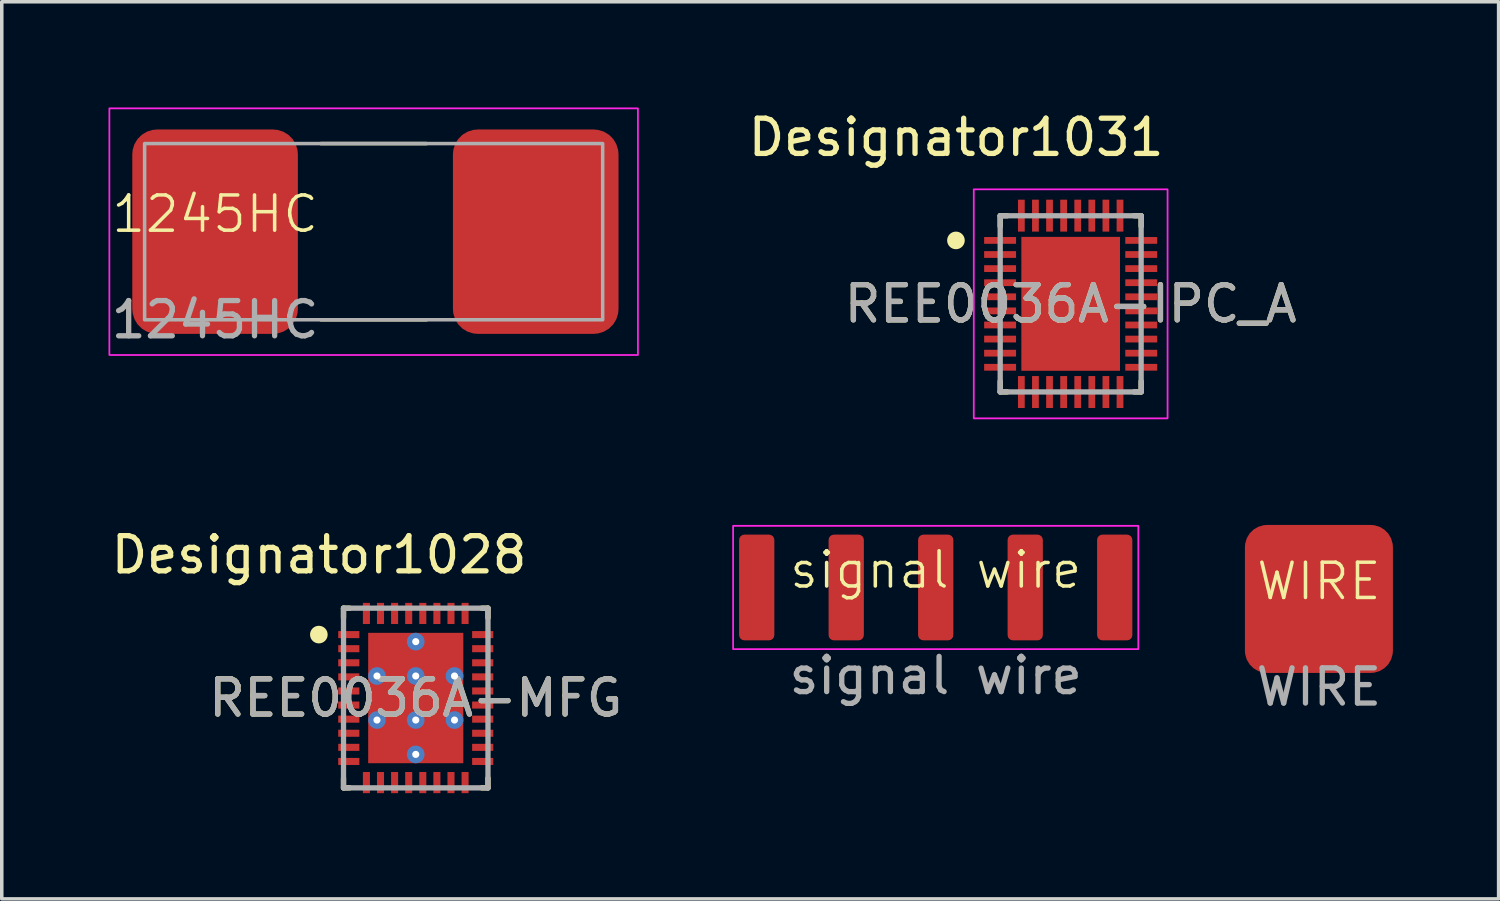
<source format=kicad_pcb>
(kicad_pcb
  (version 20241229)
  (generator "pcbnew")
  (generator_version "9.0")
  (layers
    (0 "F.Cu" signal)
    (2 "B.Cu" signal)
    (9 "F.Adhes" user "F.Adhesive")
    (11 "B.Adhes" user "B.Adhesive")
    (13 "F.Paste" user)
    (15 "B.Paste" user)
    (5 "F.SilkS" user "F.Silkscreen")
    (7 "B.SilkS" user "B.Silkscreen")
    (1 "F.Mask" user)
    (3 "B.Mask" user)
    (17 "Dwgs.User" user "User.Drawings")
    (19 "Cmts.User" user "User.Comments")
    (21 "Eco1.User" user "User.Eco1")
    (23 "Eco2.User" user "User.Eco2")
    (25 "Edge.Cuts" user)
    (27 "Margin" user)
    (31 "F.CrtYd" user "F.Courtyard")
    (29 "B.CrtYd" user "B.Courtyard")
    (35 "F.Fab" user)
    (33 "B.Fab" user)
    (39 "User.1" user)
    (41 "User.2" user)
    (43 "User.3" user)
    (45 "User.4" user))
  (footprint "REE0036A-IPC_A"
    (layer "F.Cu")
    (at 27.336 5.573)
    (property "Reference" "REE0036A-IPC_A" (at 0 0 0) (unlocked yes) (layer "F.SilkS") (effects (font (size 1 1) (thickness 0.15))))
    (attr smd)
    (fp_line (start -2 -2.5) (end -1.8 -2.5) (stroke (width 0.15) (type solid)) (layer "F.SilkS"))
    (fp_line (start -2 -2.2) (end -2 -2.5) (stroke (width 0.15) (type solid)) (layer "F.SilkS"))
    (fp_line (start -2 2.5) (end -2 2.2) (stroke (width 0.15) (type solid)) (layer "F.SilkS"))
    (fp_line (start -2 2.5) (end -1.8 2.5) (stroke (width 0.15) (type solid)) (layer "F.SilkS"))
    (fp_line (start 1.8 -2.5) (end 2 -2.5) (stroke (width 0.15) (type solid)) (layer "F.SilkS"))
    (fp_line (start 1.8 2.5) (end 2 2.5) (stroke (width 0.15) (type solid)) (layer "F.SilkS"))
    (fp_line (start 2 -2.2) (end 2 -2.5) (stroke (width 0.15) (type solid)) (layer "F.SilkS"))
    (fp_line (start 2 2.5) (end 2 2.2) (stroke (width 0.15) (type solid)) (layer "F.SilkS"))
    (fp_circle (center -3.256 -1.8) (end -3.131 -1.8) (stroke (width 0.25) (type solid)) (fill no) (layer "F.SilkS"))
    (fp_poly (pts (xy -0.811 1.311) (xy 0.811 1.311) (xy 0.811 -1.311) (xy -0.811 -1.311)) (stroke (width 0) (type solid)) (fill yes) (layer "F.Paste"))
    (fp_rect (start -2.75 -3.25) (end 2.75 3.25) (stroke (width 0.05) (type default)) (fill no) (layer "F.CrtYd"))
    (fp_line (start -2 -2.5) (end 2 -2.5) (stroke (width 0.15) (type solid)) (layer "F.Fab"))
    (fp_line (start -2 2.5) (end -2 -2.5) (stroke (width 0.15) (type solid)) (layer "F.Fab"))
    (fp_line (start -2 2.5) (end 2 2.5) (stroke (width 0.15) (type solid)) (layer "F.Fab"))
    (fp_line (start 2 2.5) (end 2 -2.5) (stroke (width 0.15) (type solid)) (layer "F.Fab"))
    (fp_text user "Designator1031" (at -3.251 -4.724 0) (unlocked yes) (layer "F.SilkS") (effects (font (size 1 1) (thickness 0.15))))
    (fp_text user "${REFERENCE}" (at 0 0 0) (unlocked yes) (layer "F.Fab") (effects (font (size 1 1) (thickness 0.15))))
    (pad "1" smd rect (at -2.003 -1.8 90) (size 0.192 0.906) (layers "F.Cu" "F.Mask" "F.Paste"))
    (pad "2" smd rect (at -2.003 -1.4 90) (size 0.192 0.906) (layers "F.Cu" "F.Mask" "F.Paste"))
    (pad "3" smd rect (at -2.003 -1 90) (size 0.192 0.906) (layers "F.Cu" "F.Mask" "F.Paste"))
    (pad "4" smd rect (at -2.003 -0.6 90) (size 0.192 0.906) (layers "F.Cu" "F.Mask" "F.Paste"))
    (pad "5" smd rect (at -2.003 -0.2 90) (size 0.192 0.906) (layers "F.Cu" "F.Mask" "F.Paste"))
    (pad "6" smd rect (at -2.003 0.2 90) (size 0.192 0.906) (layers "F.Cu" "F.Mask" "F.Paste"))
    (pad "7" smd rect (at -2.003 0.6 90) (size 0.192 0.906) (layers "F.Cu" "F.Mask" "F.Paste"))
    (pad "8" smd rect (at -2.003 1 90) (size 0.192 0.906) (layers "F.Cu" "F.Mask" "F.Paste"))
    (pad "9" smd rect (at -2.003 1.4 90) (size 0.192 0.906) (layers "F.Cu" "F.Mask" "F.Paste"))
    (pad "10" smd rect (at -2.003 1.8 90) (size 0.192 0.906) (layers "F.Cu" "F.Mask" "F.Paste"))
    (pad "11" smd rect (at -1.4 2.503) (size 0.192 0.906) (layers "F.Cu" "F.Mask" "F.Paste"))
    (pad "12" smd rect (at -1 2.503) (size 0.192 0.906) (layers "F.Cu" "F.Mask" "F.Paste"))
    (pad "13" smd rect (at -0.6 2.503) (size 0.192 0.906) (layers "F.Cu" "F.Mask" "F.Paste"))
    (pad "14" smd rect (at -0.2 2.503) (size 0.192 0.906) (layers "F.Cu" "F.Mask" "F.Paste"))
    (pad "15" smd rect (at 0.2 2.503) (size 0.192 0.906) (layers "F.Cu" "F.Mask" "F.Paste"))
    (pad "16" smd rect (at 0.6 2.503) (size 0.192 0.906) (layers "F.Cu" "F.Mask" "F.Paste"))
    (pad "17" smd rect (at 1 2.503) (size 0.192 0.906) (layers "F.Cu" "F.Mask" "F.Paste"))
    (pad "18" smd rect (at 1.4 2.503) (size 0.192 0.906) (layers "F.Cu" "F.Mask" "F.Paste"))
    (pad "19" smd rect (at 2.003 1.8 90) (size 0.192 0.906) (layers "F.Cu" "F.Mask" "F.Paste"))
    (pad "20" smd rect (at 2.003 1.4 90) (size 0.192 0.906) (layers "F.Cu" "F.Mask" "F.Paste"))
    (pad "21" smd rect (at 2.003 1 90) (size 0.192 0.906) (layers "F.Cu" "F.Mask" "F.Paste"))
    (pad "22" smd rect (at 2.003 0.6 90) (size 0.192 0.906) (layers "F.Cu" "F.Mask" "F.Paste"))
    (pad "23" smd rect (at 2.003 0.2 90) (size 0.192 0.906) (layers "F.Cu" "F.Mask" "F.Paste"))
    (pad "24" smd rect (at 2.003 -0.2 90) (size 0.192 0.906) (layers "F.Cu" "F.Mask" "F.Paste"))
    (pad "25" smd rect (at 2.003 -0.6 90) (size 0.192 0.906) (layers "F.Cu" "F.Mask" "F.Paste"))
    (pad "26" smd rect (at 2.003 -1 90) (size 0.192 0.906) (layers "F.Cu" "F.Mask" "F.Paste"))
    (pad "27" smd rect (at 2.003 -1.4 90) (size 0.192 0.906) (layers "F.Cu" "F.Mask" "F.Paste"))
    (pad "28" smd rect (at 2.003 -1.8 90) (size 0.192 0.906) (layers "F.Cu" "F.Mask" "F.Paste"))
    (pad "29" smd rect (at 1.4 -2.503) (size 0.192 0.906) (layers "F.Cu" "F.Mask" "F.Paste"))
    (pad "30" smd rect (at 1 -2.503) (size 0.192 0.906) (layers "F.Cu" "F.Mask" "F.Paste"))
    (pad "31" smd rect (at 0.6 -2.503) (size 0.192 0.906) (layers "F.Cu" "F.Mask" "F.Paste"))
    (pad "32" smd rect (at 0.2 -2.503) (size 0.192 0.906) (layers "F.Cu" "F.Mask" "F.Paste"))
    (pad "33" smd rect (at -0.2 -2.503) (size 0.192 0.906) (layers "F.Cu" "F.Mask" "F.Paste"))
    (pad "34" smd rect (at -0.6 -2.503) (size 0.192 0.906) (layers "F.Cu" "F.Mask" "F.Paste"))
    (pad "35" smd rect (at -1 -2.503) (size 0.192 0.906) (layers "F.Cu" "F.Mask" "F.Paste"))
    (pad "36" smd rect (at -1.4 -2.503) (size 0.192 0.906) (layers "F.Cu" "F.Mask" "F.Paste"))
    (pad "37" smd rect (at 0 0) (size 2.8 3.8) (layers "F.Cu" "F.Mask")))
  (footprint "1245HC"
    (layer "F.Cu")
    (at 3.054 3.525)
    (property "Reference" "1245HC" (at 0 -0.5 0) (unlocked yes) (layer "F.SilkS") (effects (font (size 1 1) (thickness 0.1))))
    (attr smd)
    (fp_line (start 3 -2.5) (end 6 -2.5) (stroke (width 0.1) (type default)) (layer "F.SilkS"))
    (fp_line (start 3 2.5) (end 6 2.5) (stroke (width 0.1) (type default)) (layer "F.SilkS"))
    (fp_rect (start -3 -3.5) (end 12 3.5) (stroke (width 0.05) (type default)) (fill no) (layer "F.CrtYd"))
    (fp_rect (start -2 -2.5) (end 11 2.5) (stroke (width 0.1) (type default)) (fill no) (layer "F.Fab"))
    (fp_text user "${REFERENCE}" (at 0 2.5 0) (unlocked yes) (layer "F.Fab") (effects (font (size 1 1) (thickness 0.15))))
    (pad "1" smd roundrect (at 0 0) (size 4.7 5.8) (layers "F.Cu" "F.Mask" "F.Paste") (roundrect_rratio 0.15))
    (pad "2" smd roundrect (at 9.1 0) (size 4.7 5.8) (layers "F.Cu" "F.Mask" "F.Paste") (roundrect_rratio 0.15)))
  (footprint "REE0036A-MFG"
    (layer "F.Cu")
    (at 8.749 16.76)
    (property "Reference" "REE0036A-MFG" (at 0 0 0) (unlocked yes) (layer "F.SilkS") (effects (font (size 1 1) (thickness 0.15))))
    (attr smd)
    (fp_line (start -2.05 -2.55) (end -1.875 -2.55) (stroke (width 0.15) (type solid)) (layer "F.SilkS"))
    (fp_line (start -2.05 -2.275) (end -2.05 -2.55) (stroke (width 0.15) (type solid)) (layer "F.SilkS"))
    (fp_line (start -2.05 2.55) (end -2.05 2.275) (stroke (width 0.15) (type solid)) (layer "F.SilkS"))
    (fp_line (start -2.05 2.55) (end -1.875 2.55) (stroke (width 0.15) (type solid)) (layer "F.SilkS"))
    (fp_line (start 1.875 -2.55) (end 2.05 -2.55) (stroke (width 0.15) (type solid)) (layer "F.SilkS"))
    (fp_line (start 1.875 2.55) (end 2.05 2.55) (stroke (width 0.15) (type solid)) (layer "F.SilkS"))
    (fp_line (start 2.05 -2.275) (end 2.05 -2.55) (stroke (width 0.15) (type solid)) (layer "F.SilkS"))
    (fp_line (start 2.05 2.55) (end 2.05 2.275) (stroke (width 0.15) (type solid)) (layer "F.SilkS"))
    (fp_circle (center -2.75 -1.8) (end -2.625 -1.8) (stroke (width 0.25) (type solid)) (fill no) (layer "F.SilkS"))
    (fp_poly (pts (xy -1.295 -0.775) (xy -1.295 -1.725) (xy -1.245 -1.775) (xy -0.155 -1.775) (xy -0.105 -1.725) (xy -0.105 -0.775) (xy -0.155 -0.725) (xy -1.245 -0.725)) (stroke (width 0) (type solid)) (fill yes) (layer "F.Paste"))
    (fp_poly (pts (xy -1.245 0.725) (xy -0.155 0.725) (xy -0.105 0.775) (xy -0.105 1.725) (xy -0.155 1.775) (xy -1.245 1.775) (xy -1.295 1.725) (xy -1.295 0.775)) (stroke (width 0) (type solid)) (fill yes) (layer "F.Paste"))
    (fp_poly (pts (xy -0.155 -0.525) (xy -0.105 -0.475) (xy -0.105 0.475) (xy -0.155 0.525) (xy -1.245 0.525) (xy -1.295 0.475) (xy -1.295 -0.475) (xy -1.245 -0.525)) (stroke (width 0) (type solid)) (fill yes) (layer "F.Paste"))
    (fp_poly (pts (xy 1.245 -1.775) (xy 1.295 -1.725) (xy 1.295 -0.775) (xy 1.245 -0.725) (xy 0.155 -0.725) (xy 0.105 -0.775) (xy 0.105 -1.725) (xy 0.155 -1.775)) (stroke (width 0) (type solid)) (fill yes) (layer "F.Paste"))
    (fp_poly (pts (xy 1.245 -0.525) (xy 1.295 -0.475) (xy 1.295 0.475) (xy 1.245 0.525) (xy 0.155 0.525) (xy 0.105 0.475) (xy 0.105 -0.475) (xy 0.155 -0.525)) (stroke (width 0) (type solid)) (fill yes) (layer "F.Paste"))
    (fp_poly (pts (xy 1.295 0.775) (xy 1.295 1.725) (xy 1.245 1.775) (xy 0.155 1.775) (xy 0.105 1.725) (xy 0.105 0.775) (xy 0.155 0.725) (xy 1.245 0.725)) (stroke (width 0) (type solid)) (fill yes) (layer "F.Paste"))
    (fp_line (start -2.05 -2.55) (end 2.05 -2.55) (stroke (width 0.15) (type solid)) (layer "F.Fab"))
    (fp_line (start -2.05 2.55) (end -2.05 -2.55) (stroke (width 0.15) (type solid)) (layer "F.Fab"))
    (fp_line (start -2.05 2.55) (end 2.05 2.55) (stroke (width 0.15) (type solid)) (layer "F.Fab"))
    (fp_line (start 2.05 2.55) (end 2.05 -2.55) (stroke (width 0.15) (type solid)) (layer "F.Fab"))
    (fp_text user "Designator1028" (at -2.743 -4.064 0) (unlocked yes) (layer "F.SilkS") (effects (font (size 1 1) (thickness 0.15))))
    (fp_text user "${REFERENCE}" (at 0 0 0) (unlocked yes) (layer "F.Fab") (effects (font (size 1 1) (thickness 0.15))))
    (pad "1" smd rect (at -1.9 -1.8) (size 0.6 0.2) (layers "F.Cu" "F.Mask" "F.Paste"))
    (pad "2" smd rect (at -1.9 -1.4) (size 0.6 0.2) (layers "F.Cu" "F.Mask" "F.Paste"))
    (pad "3" smd rect (at -1.9 -1) (size 0.6 0.2) (layers "F.Cu" "F.Mask" "F.Paste"))
    (pad "4" smd rect (at -1.9 -0.6) (size 0.6 0.2) (layers "F.Cu" "F.Mask" "F.Paste"))
    (pad "5" smd rect (at -1.9 -0.2) (size 0.6 0.2) (layers "F.Cu" "F.Mask" "F.Paste"))
    (pad "6" smd rect (at -1.9 0.2) (size 0.6 0.2) (layers "F.Cu" "F.Mask" "F.Paste"))
    (pad "7" smd rect (at -1.9 0.6) (size 0.6 0.2) (layers "F.Cu" "F.Mask" "F.Paste"))
    (pad "8" smd rect (at -1.9 1) (size 0.6 0.2) (layers "F.Cu" "F.Mask" "F.Paste"))
    (pad "9" smd rect (at -1.9 1.4) (size 0.6 0.2) (layers "F.Cu" "F.Mask" "F.Paste"))
    (pad "10" smd rect (at -1.9 1.8) (size 0.6 0.2) (layers "F.Cu" "F.Mask" "F.Paste"))
    (pad "11" smd rect (at -1.4 2.4 90) (size 0.6 0.2) (layers "F.Cu" "F.Mask" "F.Paste"))
    (pad "12" smd rect (at -1 2.4 90) (size 0.6 0.2) (layers "F.Cu" "F.Mask" "F.Paste"))
    (pad "13" smd rect (at -0.6 2.4 90) (size 0.6 0.2) (layers "F.Cu" "F.Mask" "F.Paste"))
    (pad "14" smd rect (at -0.2 2.4 90) (size 0.6 0.2) (layers "F.Cu" "F.Mask" "F.Paste"))
    (pad "15" smd rect (at 0.2 2.4 90) (size 0.6 0.2) (layers "F.Cu" "F.Mask" "F.Paste"))
    (pad "16" smd rect (at 0.6 2.4 90) (size 0.6 0.2) (layers "F.Cu" "F.Mask" "F.Paste"))
    (pad "17" smd rect (at 1 2.4 90) (size 0.6 0.2) (layers "F.Cu" "F.Mask" "F.Paste"))
    (pad "18" smd rect (at 1.4 2.4 90) (size 0.6 0.2) (layers "F.Cu" "F.Mask" "F.Paste"))
    (pad "19" smd rect (at 1.9 1.8) (size 0.6 0.2) (layers "F.Cu" "F.Mask" "F.Paste"))
    (pad "20" smd rect (at 1.9 1.4) (size 0.6 0.2) (layers "F.Cu" "F.Mask" "F.Paste"))
    (pad "21" smd rect (at 1.9 1) (size 0.6 0.2) (layers "F.Cu" "F.Mask" "F.Paste"))
    (pad "22" smd rect (at 1.9 0.6) (size 0.6 0.2) (layers "F.Cu" "F.Mask" "F.Paste"))
    (pad "23" smd rect (at 1.9 0.2) (size 0.6 0.2) (layers "F.Cu" "F.Mask" "F.Paste"))
    (pad "24" smd rect (at 1.9 -0.2) (size 0.6 0.2) (layers "F.Cu" "F.Mask" "F.Paste"))
    (pad "25" smd rect (at 1.9 -0.6) (size 0.6 0.2) (layers "F.Cu" "F.Mask" "F.Paste"))
    (pad "26" smd rect (at 1.9 -1) (size 0.6 0.2) (layers "F.Cu" "F.Mask" "F.Paste"))
    (pad "27" smd rect (at 1.9 -1.4) (size 0.6 0.2) (layers "F.Cu" "F.Mask" "F.Paste"))
    (pad "28" smd rect (at 1.9 -1.8) (size 0.6 0.2) (layers "F.Cu" "F.Mask" "F.Paste"))
    (pad "29" smd rect (at 1.4 -2.4 90) (size 0.6 0.2) (layers "F.Cu" "F.Mask" "F.Paste"))
    (pad "30" smd rect (at 1 -2.4 90) (size 0.6 0.2) (layers "F.Cu" "F.Mask" "F.Paste"))
    (pad "31" smd rect (at 0.6 -2.4 90) (size 0.6 0.2) (layers "F.Cu" "F.Mask" "F.Paste"))
    (pad "32" smd rect (at 0.2 -2.4 90) (size 0.6 0.2) (layers "F.Cu" "F.Mask" "F.Paste"))
    (pad "33" smd rect (at -0.2 -2.4 90) (size 0.6 0.2) (layers "F.Cu" "F.Mask" "F.Paste"))
    (pad "34" smd rect (at -0.6 -2.4 90) (size 0.6 0.2) (layers "F.Cu" "F.Mask" "F.Paste"))
    (pad "35" smd rect (at -1 -2.4 90) (size 0.6 0.2) (layers "F.Cu" "F.Mask" "F.Paste"))
    (pad "36" smd rect (at -1.4 -2.4 90) (size 0.6 0.2) (layers "F.Cu" "F.Mask" "F.Paste"))
    (pad "37" smd rect (at 0 0) (size 2.7 3.7) (layers "F.Cu" "F.Mask"))
    (pad "38" thru_hole circle (at -1.1 -0.625) (size 0.5 0.5) (drill 0.203) (layers "*.Cu" "*.Mask"))
    (pad "39" thru_hole circle (at 0 -0.625) (size 0.5 0.5) (drill 0.203) (layers "*.Cu" "*.Mask"))
    (pad "40" thru_hole circle (at 1.1 -0.625) (size 0.5 0.5) (drill 0.203) (layers "*.Cu" "*.Mask"))
    (pad "41" thru_hole circle (at -1.1 0.625) (size 0.5 0.5) (drill 0.203) (layers "*.Cu" "*.Mask"))
    (pad "42" thru_hole circle (at 0 0.625) (size 0.5 0.5) (drill 0.203) (layers "*.Cu" "*.Mask"))
    (pad "43" thru_hole circle (at 1.1 0.625) (size 0.5 0.5) (drill 0.203) (layers "*.Cu" "*.Mask"))
    (pad "44" thru_hole circle (at 0 -1.6) (size 0.5 0.5) (drill 0.203) (layers "*.Cu" "*.Mask"))
    (pad "45" thru_hole circle (at 0 1.6) (size 0.5 0.5) (drill 0.203) (layers "*.Cu" "*.Mask")))
  (footprint "signal wire"
    (layer "F.Cu")
    (at 23.506 13.623)
    (property "Reference" "signal wire" (at 0 -0.5 0) (unlocked yes) (layer "F.SilkS") (effects (font (size 1 1) (thickness 0.1))))
    (attr board_only exclude_from_pos_files exclude_from_bom)
    (fp_rect (start -5.75 -1.75) (end 5.75 1.75) (stroke (width 0.05) (type default)) (fill no) (layer "F.CrtYd"))
    (fp_text user "${REFERENCE}" (at 0 2.5 0) (unlocked yes) (layer "F.Fab") (effects (font (size 1 1) (thickness 0.15))))
    (pad "1" smd roundrect (at -5.08 0) (size 1 3) (layers "F.Cu" "F.Mask" "F.Paste") (roundrect_rratio 0.15))
    (pad "2" smd roundrect (at -2.54 0) (size 1 3) (layers "F.Cu" "F.Mask" "F.Paste") (roundrect_rratio 0.15))
    (pad "3" smd roundrect (at 0 0) (size 1 3) (layers "F.Cu" "F.Mask" "F.Paste") (roundrect_rratio 0.15))
    (pad "4" smd roundrect (at 2.54 0) (size 1 3) (layers "F.Cu" "F.Mask" "F.Paste") (roundrect_rratio 0.15))
    (pad "5" smd roundrect (at 5.08 0) (size 1 3) (layers "F.Cu" "F.Mask" "F.Paste") (roundrect_rratio 0.15)))
  (footprint "WIRE"
    (layer "F.Cu")
    (at 34.381 13.948)
    (property "Reference" "WIRE" (at 0 -0.5 0) (unlocked yes) (layer "F.SilkS") (effects (font (size 1 1) (thickness 0.1))))
    (attr smd)
    (fp_text user "${REFERENCE}" (at 0 2.5 0) (unlocked yes) (layer "F.Fab") (effects (font (size 1 1) (thickness 0.15))))
    (pad "1" smd roundrect (at 0 0) (size 4.2 4.2) (layers "F.Cu" "F.Mask") (roundrect_rratio 0.15)))
  (gr_rect
    (start -3 -3)
    (end 39.481 22.46)
    (stroke (width 0.1) (type default))
    (fill no)
    (layer "Edge.Cuts")))
</source>
